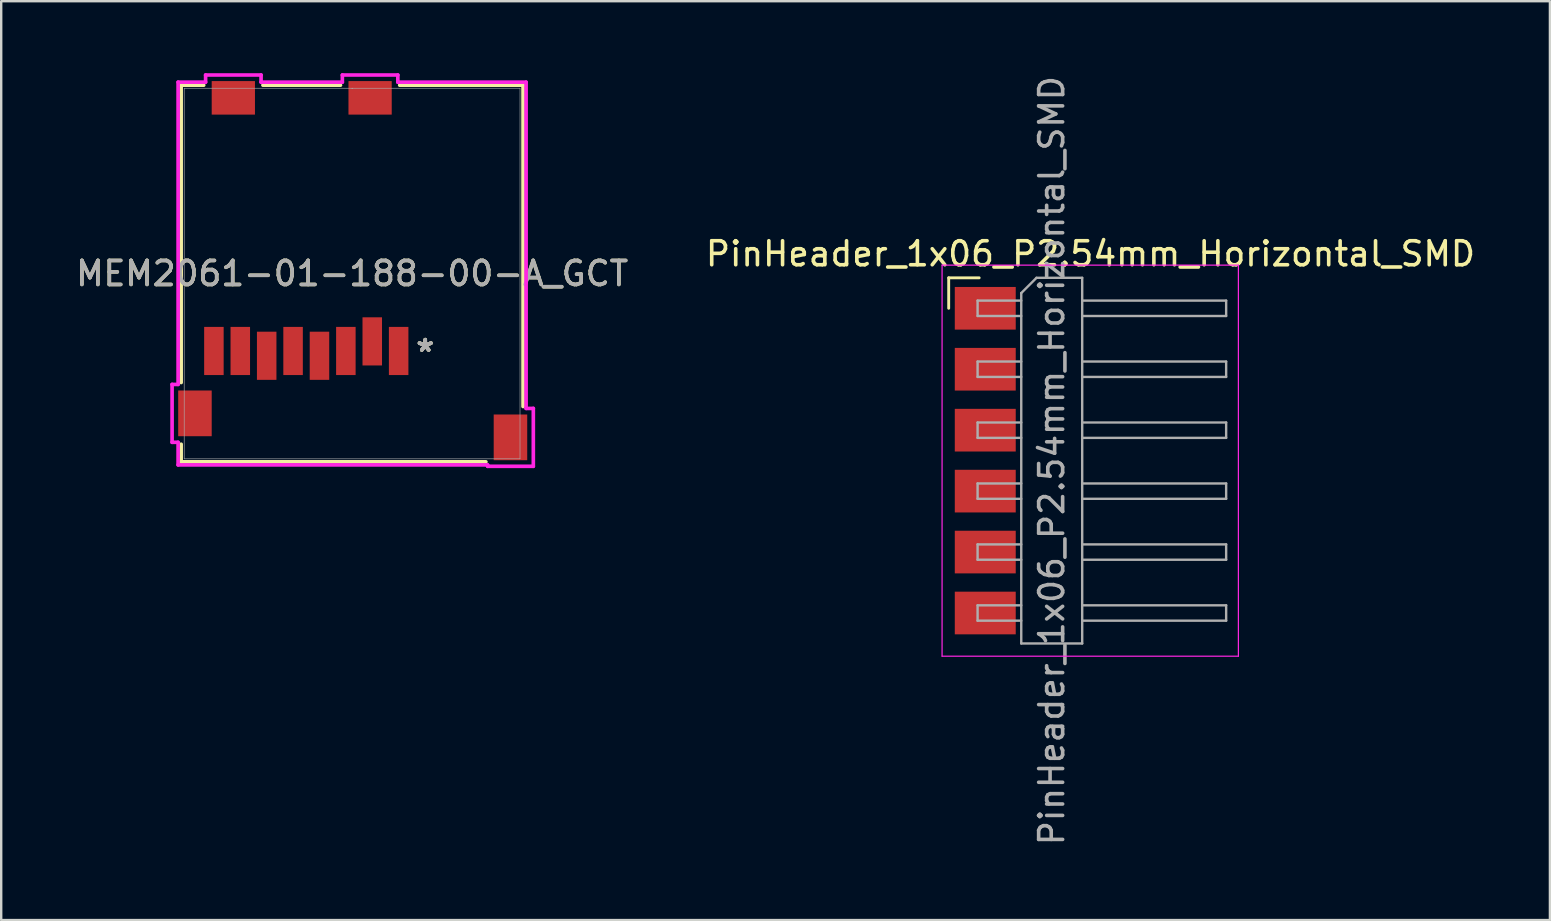
<source format=kicad_pcb>
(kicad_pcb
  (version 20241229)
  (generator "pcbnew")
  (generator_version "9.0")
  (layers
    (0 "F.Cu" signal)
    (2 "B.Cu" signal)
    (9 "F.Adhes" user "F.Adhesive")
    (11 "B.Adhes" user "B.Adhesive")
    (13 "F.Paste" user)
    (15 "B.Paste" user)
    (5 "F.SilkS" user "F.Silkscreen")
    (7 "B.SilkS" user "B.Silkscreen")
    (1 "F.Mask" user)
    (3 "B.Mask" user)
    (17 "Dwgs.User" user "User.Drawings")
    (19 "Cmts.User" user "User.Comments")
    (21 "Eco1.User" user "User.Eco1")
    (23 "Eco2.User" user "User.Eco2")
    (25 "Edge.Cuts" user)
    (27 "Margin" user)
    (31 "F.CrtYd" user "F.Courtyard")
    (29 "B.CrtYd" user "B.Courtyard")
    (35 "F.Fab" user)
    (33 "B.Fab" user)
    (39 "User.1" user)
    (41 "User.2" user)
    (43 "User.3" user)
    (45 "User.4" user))
  (footprint "MEM2061-01-188-00-A_GCT"
    (layer "F.Cu")
    (at 11.625 8.35)
    (property "Reference" "MEM2061-01-188-00-A_GCT" (at 0 0 0) (unlocked yes) (layer "F.SilkS") (effects (font (size 1 1) (thickness 0.15))))
    (attr smd)
    (fp_line (start -7.125 -7.849) (end -7.125 4.543) (stroke (width 0.152) (type solid)) (layer "F.SilkS"))
    (fp_line (start -7.125 7.114) (end -7.125 7.849) (stroke (width 0.152) (type solid)) (layer "F.SilkS"))
    (fp_line (start -7.125 7.849) (end 5.576 7.849) (stroke (width 0.152) (type solid)) (layer "F.SilkS"))
    (fp_line (start -6.184 -7.849) (end -7.125 -7.849) (stroke (width 0.152) (type solid)) (layer "F.SilkS"))
    (fp_line (start -0.484 -7.849) (end -3.716 -7.849) (stroke (width 0.152) (type solid)) (layer "F.SilkS"))
    (fp_line (start 7.125 -7.849) (end 1.984 -7.849) (stroke (width 0.152) (type solid)) (layer "F.SilkS"))
    (fp_line (start 7.125 5.543) (end 7.125 -7.849) (stroke (width 0.152) (type solid)) (layer "F.SilkS"))
    (fp_line (start -7.503 4.622) (end -7.503 7.035) (stroke (width 0.152) (type solid)) (layer "F.CrtYd"))
    (fp_line (start -7.503 7.035) (end -7.252 7.035) (stroke (width 0.152) (type solid)) (layer "F.CrtYd"))
    (fp_line (start -7.252 -7.976) (end -7.252 4.622) (stroke (width 0.152) (type solid)) (layer "F.CrtYd"))
    (fp_line (start -7.252 4.622) (end -7.503 4.622) (stroke (width 0.152) (type solid)) (layer "F.CrtYd"))
    (fp_line (start -7.252 7.035) (end -7.252 7.976) (stroke (width 0.152) (type solid)) (layer "F.CrtYd"))
    (fp_line (start -7.252 7.976) (end 5.648 7.976) (stroke (width 0.152) (type solid)) (layer "F.CrtYd"))
    (fp_line (start -6.106 -8.274) (end -6.106 -7.976) (stroke (width 0.152) (type solid)) (layer "F.CrtYd"))
    (fp_line (start -6.106 -7.976) (end -7.252 -7.976) (stroke (width 0.152) (type solid)) (layer "F.CrtYd"))
    (fp_line (start -3.794 -8.274) (end -6.106 -8.274) (stroke (width 0.152) (type solid)) (layer "F.CrtYd"))
    (fp_line (start -3.794 -7.976) (end -3.794 -8.274) (stroke (width 0.152) (type solid)) (layer "F.CrtYd"))
    (fp_line (start -0.406 -8.274) (end -0.406 -7.976) (stroke (width 0.152) (type solid)) (layer "F.CrtYd"))
    (fp_line (start -0.406 -7.976) (end -3.794 -7.976) (stroke (width 0.152) (type solid)) (layer "F.CrtYd"))
    (fp_line (start 1.906 -8.274) (end -0.406 -8.274) (stroke (width 0.152) (type solid)) (layer "F.CrtYd"))
    (fp_line (start 1.906 -7.976) (end 1.906 -8.274) (stroke (width 0.152) (type solid)) (layer "F.CrtYd"))
    (fp_line (start 5.648 7.976) (end 5.648 8.035) (stroke (width 0.152) (type solid)) (layer "F.CrtYd"))
    (fp_line (start 5.648 8.035) (end 7.553 8.035) (stroke (width 0.152) (type solid)) (layer "F.CrtYd"))
    (fp_line (start 7.252 -7.976) (end 1.906 -7.976) (stroke (width 0.152) (type solid)) (layer "F.CrtYd"))
    (fp_line (start 7.252 5.622) (end 7.252 -7.976) (stroke (width 0.152) (type solid)) (layer "F.CrtYd"))
    (fp_line (start 7.553 5.622) (end 7.252 5.622) (stroke (width 0.152) (type solid)) (layer "F.CrtYd"))
    (fp_line (start 7.553 8.035) (end 7.553 5.622) (stroke (width 0.152) (type solid)) (layer "F.CrtYd"))
    (fp_line (start -6.998 -7.722) (end -6.998 7.722) (stroke (width 0.025) (type solid)) (layer "F.Fab"))
    (fp_line (start -6.998 7.722) (end 6.998 7.722) (stroke (width 0.025) (type solid)) (layer "F.Fab"))
    (fp_line (start 0 -7.722) (end 0 -7.722) (stroke (width 0.025) (type solid)) (layer "F.Fab"))
    (fp_line (start 0 -7.722) (end 0 -7.722) (stroke (width 0.025) (type solid)) (layer "F.Fab"))
    (fp_line (start 0 -7.722) (end 0 -7.722) (stroke (width 0.025) (type solid)) (layer "F.Fab"))
    (fp_line (start 0 -7.722) (end 0 -7.722) (stroke (width 0.025) (type solid)) (layer "F.Fab"))
    (fp_line (start 6.998 -7.722) (end -6.998 -7.722) (stroke (width 0.025) (type solid)) (layer "F.Fab"))
    (fp_line (start 6.998 7.722) (end 6.998 -7.722) (stroke (width 0.025) (type solid)) (layer "F.Fab"))
    (fp_text user "*" (at 3.048 3.302 0) (layer "F.SilkS") (effects (font (size 1 1) (thickness 0.15))))
    (fp_text user "*" (at 3.048 3.302 0) (unlocked yes) (layer "F.SilkS") (effects (font (size 1 1) (thickness 0.15))))
    (fp_text user "*" (at 3.048 3.302 0) (unlocked yes) (layer "F.Fab") (effects (font (size 1 1) (thickness 0.15))))
    (fp_text user "${REFERENCE}" (at 0 0 0) (unlocked yes) (layer "F.Fab") (effects (font (size 1 1) (thickness 0.15))))
    (fp_text user "*" (at 3.048 3.302 0) (layer "F.Fab") (effects (font (size 1 1) (thickness 0.15))))
    (pad "1" smd rect (at 1.94 3.228) (size 0.813 2.007) (layers "F.Cu" "F.Mask" "F.Paste"))
    (pad "2" smd rect (at 0.84 2.828) (size 0.813 2.007) (layers "F.Cu" "F.Mask" "F.Paste"))
    (pad "3" smd rect (at -0.26 3.228) (size 0.813 2.007) (layers "F.Cu" "F.Mask" "F.Paste"))
    (pad "4" smd rect (at -1.36 3.428) (size 0.813 2.007) (layers "F.Cu" "F.Mask" "F.Paste"))
    (pad "5" smd rect (at -2.46 3.228) (size 0.813 2.007) (layers "F.Cu" "F.Mask" "F.Paste"))
    (pad "6" smd rect (at -3.56 3.428) (size 0.813 2.007) (layers "F.Cu" "F.Mask" "F.Paste"))
    (pad "7" smd rect (at -4.66 3.228) (size 0.813 2.007) (layers "F.Cu" "F.Mask" "F.Paste"))
    (pad "8" smd rect (at -5.76 3.228) (size 0.813 2.007) (layers "F.Cu" "F.Mask" "F.Paste"))
    (pad "9" smd rect (at -4.95 -7.322) (size 1.803 1.397) (layers "F.Cu" "F.Mask" "F.Paste"))
    (pad "10" smd rect (at 0.75 -7.322) (size 1.803 1.397) (layers "F.Cu" "F.Mask" "F.Paste"))
    (pad "11" smd rect (at -6.55 5.828) (size 1.397 1.905) (layers "F.Cu" "F.Mask" "F.Paste"))
    (pad "11" smd rect (at 6.6 6.828) (size 1.397 1.905) (layers "F.Cu" "F.Mask" "F.Paste")))
  (footprint "PinHeader_1x06_P2.54mm_Horizontal_SMD"
    (layer "F.Cu")
    (at 38.014 9.799)
    (property "Reference" "PinHeader_1x06_P2.54mm_Horizontal_SMD" (at 4.385 -2.27 0) (layer "F.SilkS") (effects (font (size 1 1) (thickness 0.15))))
    (attr through_hole)
    (fp_line (start -1.524 -1.27) (end -0.254 -1.27) (stroke (width 0.12) (type solid)) (layer "F.SilkS"))
    (fp_line (start -1.524 0) (end -1.524 -1.27) (stroke (width 0.12) (type solid)) (layer "F.SilkS"))
    (fp_line (start -1.8 -1.8) (end -1.8 14.5) (stroke (width 0.05) (type solid)) (layer "F.CrtYd"))
    (fp_line (start -1.8 14.5) (end 10.55 14.5) (stroke (width 0.05) (type solid)) (layer "F.CrtYd"))
    (fp_line (start 10.55 -1.8) (end -1.8 -1.8) (stroke (width 0.05) (type solid)) (layer "F.CrtYd"))
    (fp_line (start 10.55 14.5) (end 10.55 -1.8) (stroke (width 0.05) (type solid)) (layer "F.CrtYd"))
    (fp_line (start -0.32 -0.32) (end -0.32 0.32) (stroke (width 0.1) (type solid)) (layer "F.Fab"))
    (fp_line (start -0.32 -0.32) (end 1.5 -0.32) (stroke (width 0.1) (type solid)) (layer "F.Fab"))
    (fp_line (start -0.32 0.32) (end 1.5 0.32) (stroke (width 0.1) (type solid)) (layer "F.Fab"))
    (fp_line (start -0.32 2.22) (end -0.32 2.86) (stroke (width 0.1) (type solid)) (layer "F.Fab"))
    (fp_line (start -0.32 2.22) (end 1.5 2.22) (stroke (width 0.1) (type solid)) (layer "F.Fab"))
    (fp_line (start -0.32 2.86) (end 1.5 2.86) (stroke (width 0.1) (type solid)) (layer "F.Fab"))
    (fp_line (start -0.32 4.76) (end -0.32 5.4) (stroke (width 0.1) (type solid)) (layer "F.Fab"))
    (fp_line (start -0.32 4.76) (end 1.5 4.76) (stroke (width 0.1) (type solid)) (layer "F.Fab"))
    (fp_line (start -0.32 5.4) (end 1.5 5.4) (stroke (width 0.1) (type solid)) (layer "F.Fab"))
    (fp_line (start -0.32 7.3) (end -0.32 7.94) (stroke (width 0.1) (type solid)) (layer "F.Fab"))
    (fp_line (start -0.32 7.3) (end 1.5 7.3) (stroke (width 0.1) (type solid)) (layer "F.Fab"))
    (fp_line (start -0.32 7.94) (end 1.5 7.94) (stroke (width 0.1) (type solid)) (layer "F.Fab"))
    (fp_line (start -0.32 9.84) (end -0.32 10.48) (stroke (width 0.1) (type solid)) (layer "F.Fab"))
    (fp_line (start -0.32 9.84) (end 1.5 9.84) (stroke (width 0.1) (type solid)) (layer "F.Fab"))
    (fp_line (start -0.32 10.48) (end 1.5 10.48) (stroke (width 0.1) (type solid)) (layer "F.Fab"))
    (fp_line (start -0.32 12.38) (end -0.32 13.02) (stroke (width 0.1) (type solid)) (layer "F.Fab"))
    (fp_line (start -0.32 12.38) (end 1.5 12.38) (stroke (width 0.1) (type solid)) (layer "F.Fab"))
    (fp_line (start -0.32 13.02) (end 1.5 13.02) (stroke (width 0.1) (type solid)) (layer "F.Fab"))
    (fp_line (start 1.5 -0.635) (end 2.135 -1.27) (stroke (width 0.1) (type solid)) (layer "F.Fab"))
    (fp_line (start 1.5 13.97) (end 1.5 -0.635) (stroke (width 0.1) (type solid)) (layer "F.Fab"))
    (fp_line (start 2.135 -1.27) (end 4.04 -1.27) (stroke (width 0.1) (type solid)) (layer "F.Fab"))
    (fp_line (start 4.04 -1.27) (end 4.04 13.97) (stroke (width 0.1) (type solid)) (layer "F.Fab"))
    (fp_line (start 4.04 -0.32) (end 10.04 -0.32) (stroke (width 0.1) (type solid)) (layer "F.Fab"))
    (fp_line (start 4.04 0.32) (end 10.04 0.32) (stroke (width 0.1) (type solid)) (layer "F.Fab"))
    (fp_line (start 4.04 2.22) (end 10.04 2.22) (stroke (width 0.1) (type solid)) (layer "F.Fab"))
    (fp_line (start 4.04 2.86) (end 10.04 2.86) (stroke (width 0.1) (type solid)) (layer "F.Fab"))
    (fp_line (start 4.04 4.76) (end 10.04 4.76) (stroke (width 0.1) (type solid)) (layer "F.Fab"))
    (fp_line (start 4.04 5.4) (end 10.04 5.4) (stroke (width 0.1) (type solid)) (layer "F.Fab"))
    (fp_line (start 4.04 7.3) (end 10.04 7.3) (stroke (width 0.1) (type solid)) (layer "F.Fab"))
    (fp_line (start 4.04 7.94) (end 10.04 7.94) (stroke (width 0.1) (type solid)) (layer "F.Fab"))
    (fp_line (start 4.04 9.84) (end 10.04 9.84) (stroke (width 0.1) (type solid)) (layer "F.Fab"))
    (fp_line (start 4.04 10.48) (end 10.04 10.48) (stroke (width 0.1) (type solid)) (layer "F.Fab"))
    (fp_line (start 4.04 12.38) (end 10.04 12.38) (stroke (width 0.1) (type solid)) (layer "F.Fab"))
    (fp_line (start 4.04 13.02) (end 10.04 13.02) (stroke (width 0.1) (type solid)) (layer "F.Fab"))
    (fp_line (start 4.04 13.97) (end 1.5 13.97) (stroke (width 0.1) (type solid)) (layer "F.Fab"))
    (fp_line (start 10.04 -0.32) (end 10.04 0.32) (stroke (width 0.1) (type solid)) (layer "F.Fab"))
    (fp_line (start 10.04 2.22) (end 10.04 2.86) (stroke (width 0.1) (type solid)) (layer "F.Fab"))
    (fp_line (start 10.04 4.76) (end 10.04 5.4) (stroke (width 0.1) (type solid)) (layer "F.Fab"))
    (fp_line (start 10.04 7.3) (end 10.04 7.94) (stroke (width 0.1) (type solid)) (layer "F.Fab"))
    (fp_line (start 10.04 9.84) (end 10.04 10.48) (stroke (width 0.1) (type solid)) (layer "F.Fab"))
    (fp_line (start 10.04 12.38) (end 10.04 13.02) (stroke (width 0.1) (type solid)) (layer "F.Fab"))
    (fp_text user "${REFERENCE}" (at 2.77 6.35 90) (layer "F.Fab") (effects (font (size 1 1) (thickness 0.15))))
    (pad "1" smd rect (at 0 0) (size 2.54 1.778) (layers "F.Cu" "F.Mask" "F.Paste"))
    (pad "2" smd rect (at 0 2.54) (size 2.54 1.778) (layers "F.Cu" "F.Mask" "F.Paste"))
    (pad "3" smd rect (at 0 5.08) (size 2.54 1.778) (layers "F.Cu" "F.Mask" "F.Paste"))
    (pad "4" smd rect (at 0 7.62) (size 2.54 1.778) (layers "F.Cu" "F.Mask" "F.Paste"))
    (pad "5" smd rect (at 0 10.16) (size 2.54 1.778) (layers "F.Cu" "F.Mask" "F.Paste"))
    (pad "6" smd rect (at 0 12.7) (size 2.54 1.778) (layers "F.Cu" "F.Mask" "F.Paste")))
  (gr_rect
    (start -3 -3)
    (end 61.548 35.298)
    (stroke (width 0.1) (type default))
    (fill no)
    (layer "Edge.Cuts")))
</source>
